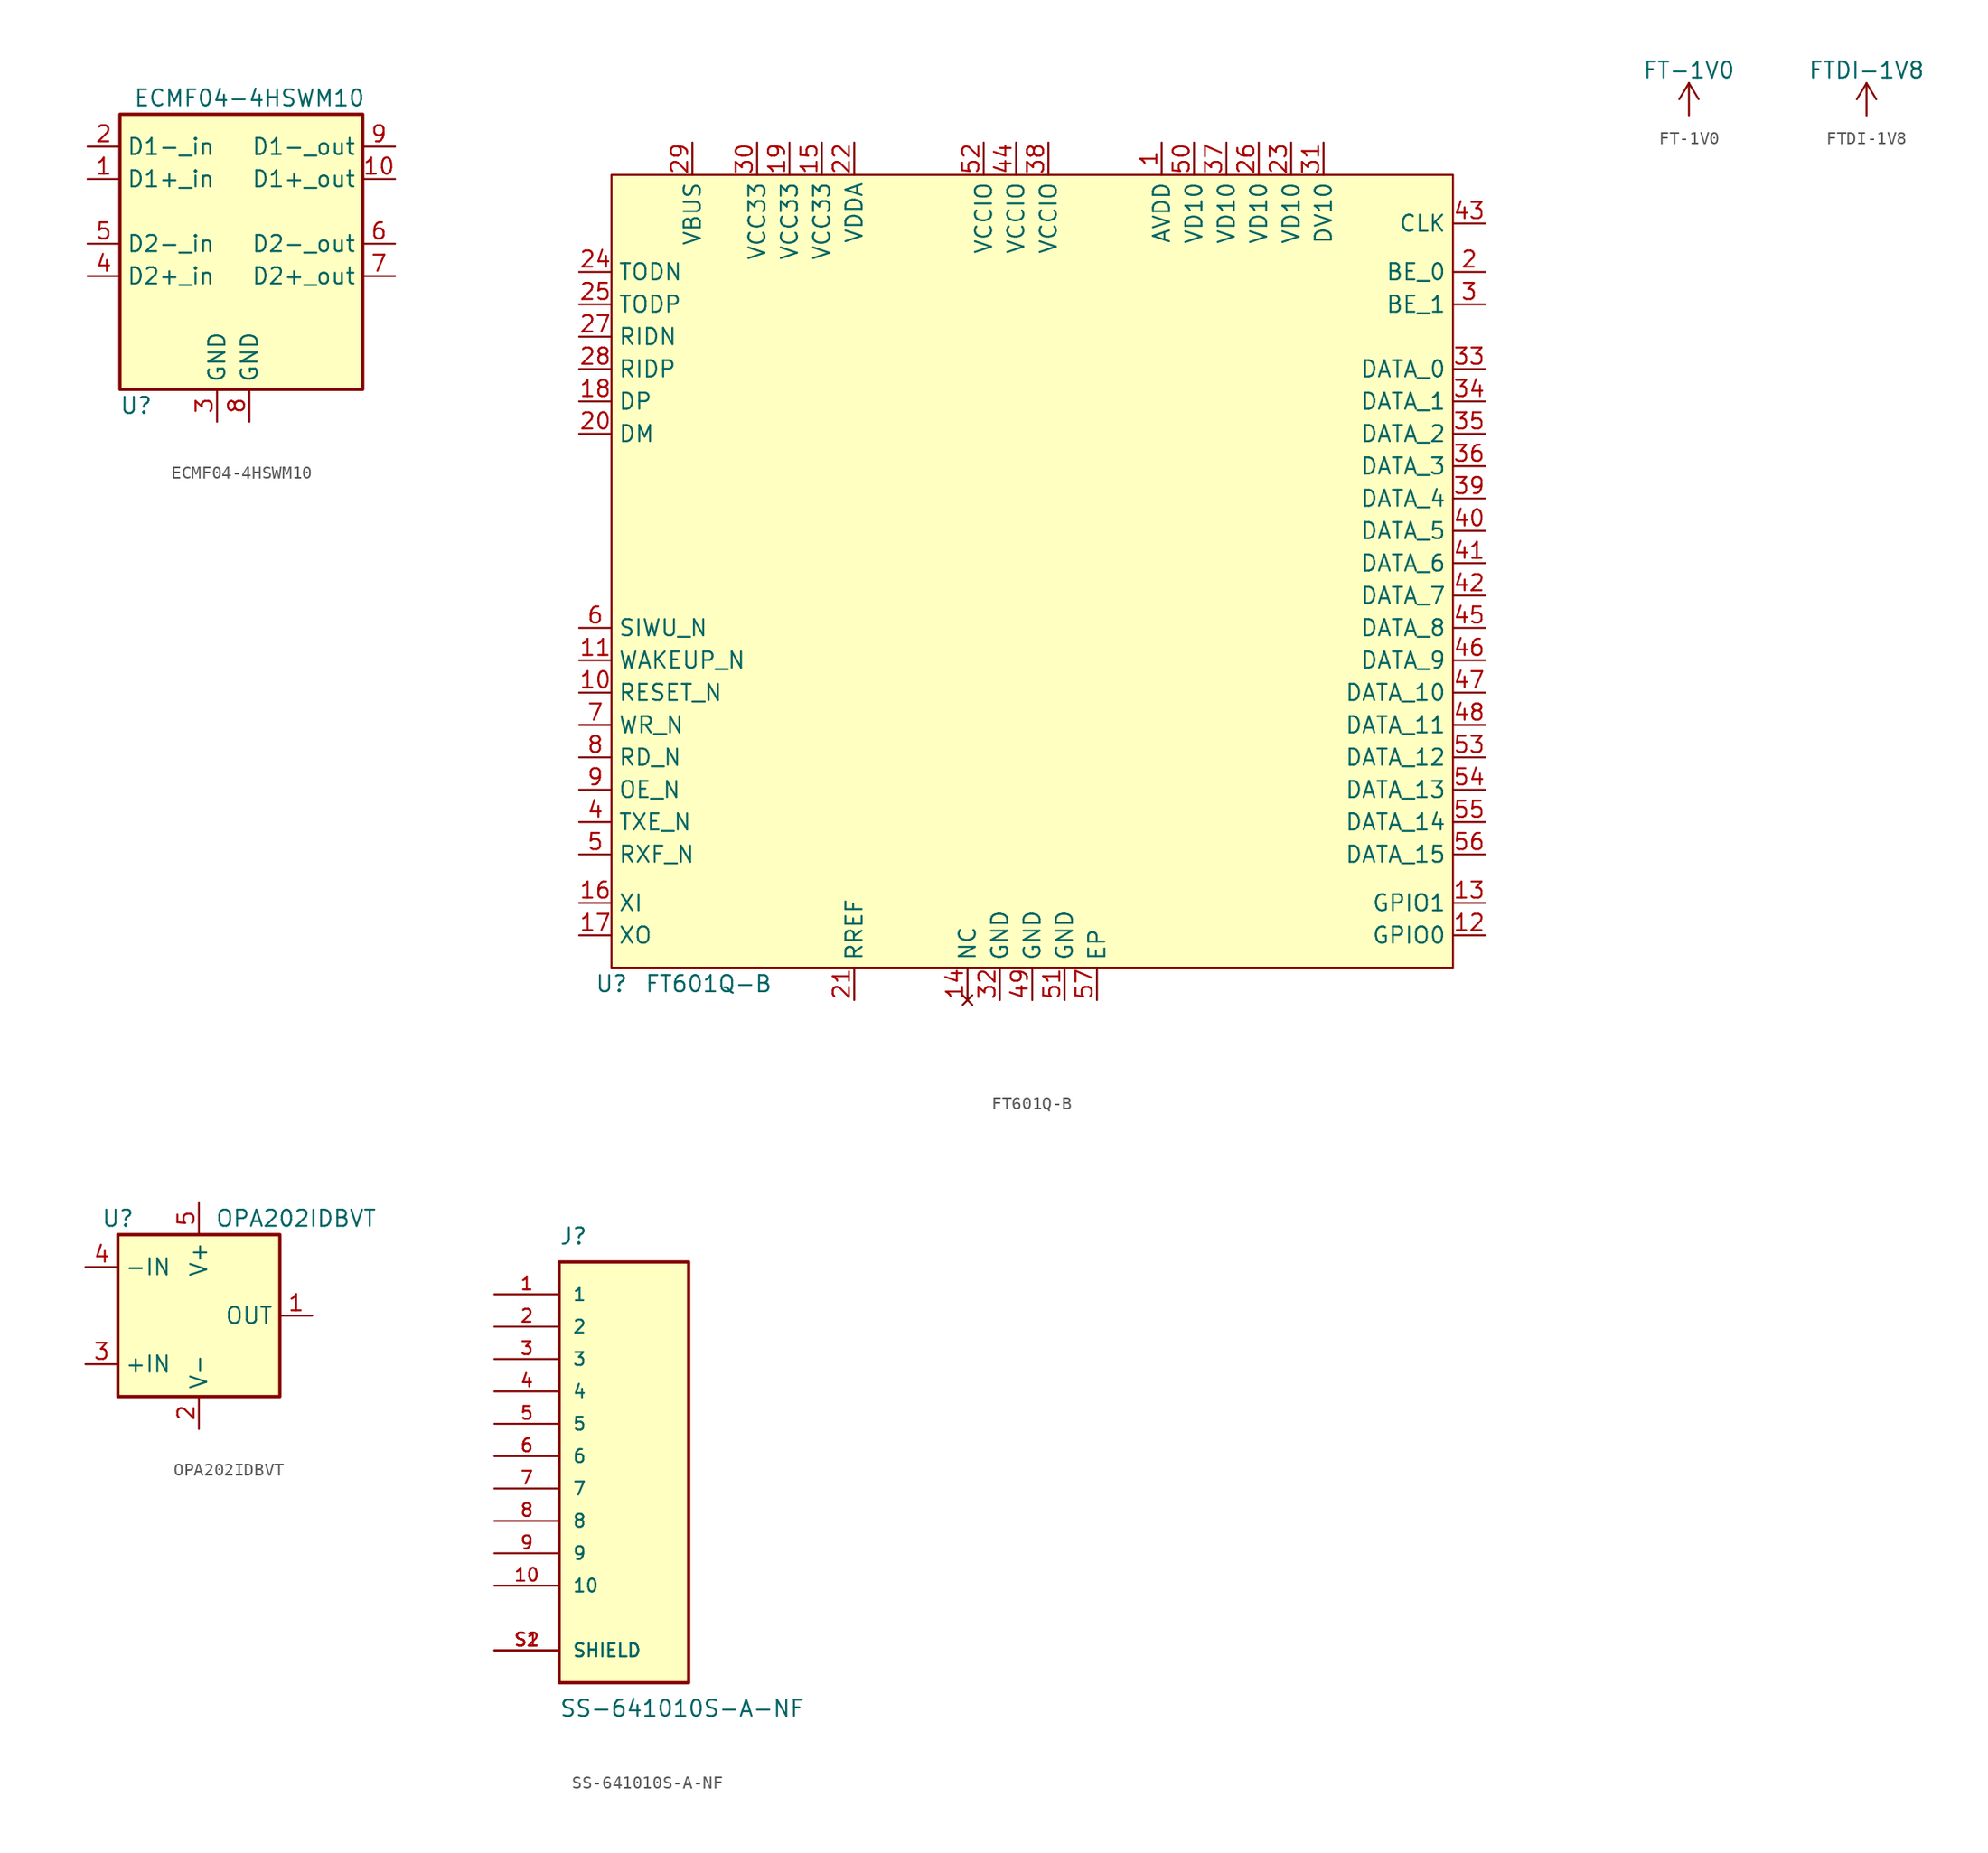
<source format=kicad_sym>
(kicad_symbol_lib
  (version 20231120)
  (generator "kicad_symbol_editor")
  (generator_version "8.0")
  (symbol "ECMF04-4HSWM10"
    (property "Reference" "U"
      (at 1.27 -1.27 0)
      (effects (font (size 1.27 1.27))))
    (property "Value" "ECMF04-4HSWM10"
      (at 10.16 22.86 0)
      (effects (font (size 1.27 1.27))))
    (symbol "ECMF04-4HSWM10_0_1"
      (rectangle (start 0 21.59) (end 19.05 0) (stroke (width 0.254) (type default)) (fill (type background))))
    (symbol "ECMF04-4HSWM10_1_1"
      (pin passive line (at -2.54 16.51 0) (length 2.54) (name "D1+_in" (effects (font (size 1.27 1.27)))) (number "1" (effects (font (size 1.27 1.27)))))
      (pin passive line (at 21.59 16.51 180) (length 2.54) (name "D1+_out" (effects (font (size 1.27 1.27)))) (number "10" (effects (font (size 1.27 1.27)))))
      (pin passive line (at -2.54 19.05 0) (length 2.54) (name "D1-_in" (effects (font (size 1.27 1.27)))) (number "2" (effects (font (size 1.27 1.27)))))
      (pin power_in line (at 7.62 -2.54 90) (length 2.54) (name "GND" (effects (font (size 1.27 1.27)))) (number "3" (effects (font (size 1.27 1.27)))))
      (pin passive line (at -2.54 8.89 0) (length 2.54) (name "D2+_in" (effects (font (size 1.27 1.27)))) (number "4" (effects (font (size 1.27 1.27)))))
      (pin passive line (at -2.54 11.43 0) (length 2.54) (name "D2-_in" (effects (font (size 1.27 1.27)))) (number "5" (effects (font (size 1.27 1.27)))))
      (pin passive line (at 21.59 11.43 180) (length 2.54) (name "D2-_out" (effects (font (size 1.27 1.27)))) (number "6" (effects (font (size 1.27 1.27)))))
      (pin passive line (at 21.59 8.89 180) (length 2.54) (name "D2+_out" (effects (font (size 1.27 1.27)))) (number "7" (effects (font (size 1.27 1.27)))))
      (pin power_in line (at 10.16 -2.54 90) (length 2.54) (name "GND" (effects (font (size 1.27 1.27)))) (number "8" (effects (font (size 1.27 1.27)))))
      (pin passive line (at 21.59 19.05 180) (length 2.54) (name "D1-_out" (effects (font (size 1.27 1.27)))) (number "9" (effects (font (size 1.27 1.27)))))))
  (symbol "FT601Q-B"
    (property "Reference" "U"
      (at 0 -1.27 0)
      (effects (font (size 1.27 1.27))))
    (property "Value" "FT601Q-B"
      (at 7.62 -1.27 0)
      (effects (font (size 1.27 1.27))))
    (symbol "FT601Q-B_0_0"
      (pin power_in line (at 43.18 64.77 270) (length 2.54) (name "AVDD" (effects (font (size 1.27 1.27)))) (number "1" (effects (font (size 1.27 1.27)))))
      (pin input line (at -2.54 21.59 0) (length 2.54) (name "RESET_N" (effects (font (size 1.27 1.27)))) (number "10" (effects (font (size 1.27 1.27)))))
      (pin bidirectional line (at -2.54 24.13 0) (length 2.54) (name "WAKEUP_N" (effects (font (size 1.27 1.27)))) (number "11" (effects (font (size 1.27 1.27)))))
      (pin bidirectional line (at 68.58 2.54 180) (length 2.54) (name "GPIO0" (effects (font (size 1.27 1.27)))) (number "12" (effects (font (size 1.27 1.27)))))
      (pin bidirectional line (at 68.58 5.08 180) (length 2.54) (name "GPIO1" (effects (font (size 1.27 1.27)))) (number "13" (effects (font (size 1.27 1.27)))))
      (pin no_connect line (at 27.94 -2.54 90) (length 2.54) (name "NC" (effects (font (size 1.27 1.27)))) (number "14" (effects (font (size 1.27 1.27)))))
      (pin power_in line (at 16.51 64.77 270) (length 2.54) (name "VCC33" (effects (font (size 1.27 1.27)))) (number "15" (effects (font (size 1.27 1.27)))))
      (pin input line (at -2.54 5.08 0) (length 2.54) (name "XI" (effects (font (size 1.27 1.27)))) (number "16" (effects (font (size 1.27 1.27)))))
      (pin output line (at -2.54 2.54 0) (length 2.54) (name "XO" (effects (font (size 1.27 1.27)))) (number "17" (effects (font (size 1.27 1.27)))))
      (pin bidirectional line (at -2.54 44.45 0) (length 2.54) (name "DP" (effects (font (size 1.27 1.27)))) (number "18" (effects (font (size 1.27 1.27)))))
      (pin power_in line (at 13.97 64.77 270) (length 2.54) (name "VCC33" (effects (font (size 1.27 1.27)))) (number "19" (effects (font (size 1.27 1.27)))))
      (pin input line (at 68.58 54.61 180) (length 2.54) (name "BE_0" (effects (font (size 1.27 1.27)))) (number "2" (effects (font (size 1.27 1.27)))))
      (pin bidirectional line (at -2.54 41.91 0) (length 2.54) (name "DM" (effects (font (size 1.27 1.27)))) (number "20" (effects (font (size 1.27 1.27)))))
      (pin passive line (at 19.05 -2.54 90) (length 2.54) (name "RREF" (effects (font (size 1.27 1.27)))) (number "21" (effects (font (size 1.27 1.27)))))
      (pin power_in line (at 19.05 64.77 270) (length 2.54) (name "VDDA" (effects (font (size 1.27 1.27)))) (number "22" (effects (font (size 1.27 1.27)))))
      (pin power_in line (at 53.34 64.77 270) (length 2.54) (name "VD10" (effects (font (size 1.27 1.27)))) (number "23" (effects (font (size 1.27 1.27)))))
      (pin output line (at -2.54 54.61 0) (length 2.54) (name "TODN" (effects (font (size 1.27 1.27)))) (number "24" (effects (font (size 1.27 1.27)))))
      (pin output line (at -2.54 52.07 0) (length 2.54) (name "TODP" (effects (font (size 1.27 1.27)))) (number "25" (effects (font (size 1.27 1.27)))))
      (pin power_in line (at 50.8 64.77 270) (length 2.54) (name "VD10" (effects (font (size 1.27 1.27)))) (number "26" (effects (font (size 1.27 1.27)))))
      (pin input line (at -2.54 49.53 0) (length 2.54) (name "RIDN" (effects (font (size 1.27 1.27)))) (number "27" (effects (font (size 1.27 1.27)))))
      (pin input line (at -2.54 46.99 0) (length 2.54) (name "RIDP" (effects (font (size 1.27 1.27)))) (number "28" (effects (font (size 1.27 1.27)))))
      (pin power_in line (at 6.35 64.77 270) (length 2.54) (name "VBUS" (effects (font (size 1.27 1.27)))) (number "29" (effects (font (size 1.27 1.27)))))
      (pin input line (at 68.58 52.07 180) (length 2.54) (name "BE_1" (effects (font (size 1.27 1.27)))) (number "3" (effects (font (size 1.27 1.27)))))
      (pin power_in line (at 11.43 64.77 270) (length 2.54) (name "VCC33" (effects (font (size 1.27 1.27)))) (number "30" (effects (font (size 1.27 1.27)))))
      (pin power_in line (at 55.88 64.77 270) (length 2.54) (name "DV10" (effects (font (size 1.27 1.27)))) (number "31" (effects (font (size 1.27 1.27)))))
      (pin power_in line (at 30.48 -2.54 90) (length 2.54) (name "GND" (effects (font (size 1.27 1.27)))) (number "32" (effects (font (size 1.27 1.27)))))
      (pin bidirectional line (at 68.58 46.99 180) (length 2.54) (name "DATA_0" (effects (font (size 1.27 1.27)))) (number "33" (effects (font (size 1.27 1.27)))))
      (pin bidirectional line (at 68.58 44.45 180) (length 2.54) (name "DATA_1" (effects (font (size 1.27 1.27)))) (number "34" (effects (font (size 1.27 1.27)))))
      (pin bidirectional line (at 68.58 41.91 180) (length 2.54) (name "DATA_2" (effects (font (size 1.27 1.27)))) (number "35" (effects (font (size 1.27 1.27)))))
      (pin bidirectional line (at 68.58 39.37 180) (length 2.54) (name "DATA_3" (effects (font (size 1.27 1.27)))) (number "36" (effects (font (size 1.27 1.27)))))
      (pin power_in line (at 48.26 64.77 270) (length 2.54) (name "VD10" (effects (font (size 1.27 1.27)))) (number "37" (effects (font (size 1.27 1.27)))))
      (pin power_in line (at 34.29 64.77 270) (length 2.54) (name "VCCIO" (effects (font (size 1.27 1.27)))) (number "38" (effects (font (size 1.27 1.27)))))
      (pin bidirectional line (at 68.58 36.83 180) (length 2.54) (name "DATA_4" (effects (font (size 1.27 1.27)))) (number "39" (effects (font (size 1.27 1.27)))))
      (pin output line (at -2.54 11.43 0) (length 2.54) (name "TXE_N" (effects (font (size 1.27 1.27)))) (number "4" (effects (font (size 1.27 1.27)))))
      (pin bidirectional line (at 68.58 34.29 180) (length 2.54) (name "DATA_5" (effects (font (size 1.27 1.27)))) (number "40" (effects (font (size 1.27 1.27)))))
      (pin bidirectional line (at 68.58 31.75 180) (length 2.54) (name "DATA_6" (effects (font (size 1.27 1.27)))) (number "41" (effects (font (size 1.27 1.27)))))
      (pin bidirectional line (at 68.58 29.21 180) (length 2.54) (name "DATA_7" (effects (font (size 1.27 1.27)))) (number "42" (effects (font (size 1.27 1.27)))))
      (pin input line (at 68.58 58.42 180) (length 2.54) (name "CLK" (effects (font (size 1.27 1.27)))) (number "43" (effects (font (size 1.27 1.27)))))
      (pin power_in line (at 31.75 64.77 270) (length 2.54) (name "VCCIO" (effects (font (size 1.27 1.27)))) (number "44" (effects (font (size 1.27 1.27)))))
      (pin bidirectional line (at 68.58 26.67 180) (length 2.54) (name "DATA_8" (effects (font (size 1.27 1.27)))) (number "45" (effects (font (size 1.27 1.27)))))
      (pin bidirectional line (at 68.58 24.13 180) (length 2.54) (name "DATA_9" (effects (font (size 1.27 1.27)))) (number "46" (effects (font (size 1.27 1.27)))))
      (pin bidirectional line (at 68.58 21.59 180) (length 2.54) (name "DATA_10" (effects (font (size 1.27 1.27)))) (number "47" (effects (font (size 1.27 1.27)))))
      (pin bidirectional line (at 68.58 19.05 180) (length 2.54) (name "DATA_11" (effects (font (size 1.27 1.27)))) (number "48" (effects (font (size 1.27 1.27)))))
      (pin power_in line (at 33.02 -2.54 90) (length 2.54) (name "GND" (effects (font (size 1.27 1.27)))) (number "49" (effects (font (size 1.27 1.27)))))
      (pin output line (at -2.54 8.89 0) (length 2.54) (name "RXF_N" (effects (font (size 1.27 1.27)))) (number "5" (effects (font (size 1.27 1.27)))))
      (pin power_in line (at 45.72 64.77 270) (length 2.54) (name "VD10" (effects (font (size 1.27 1.27)))) (number "50" (effects (font (size 1.27 1.27)))))
      (pin power_in line (at 35.56 -2.54 90) (length 2.54) (name "GND" (effects (font (size 1.27 1.27)))) (number "51" (effects (font (size 1.27 1.27)))))
      (pin power_in line (at 29.21 64.77 270) (length 2.54) (name "VCCIO" (effects (font (size 1.27 1.27)))) (number "52" (effects (font (size 1.27 1.27)))))
      (pin bidirectional line (at 68.58 16.51 180) (length 2.54) (name "DATA_12" (effects (font (size 1.27 1.27)))) (number "53" (effects (font (size 1.27 1.27)))))
      (pin bidirectional line (at 68.58 13.97 180) (length 2.54) (name "DATA_13" (effects (font (size 1.27 1.27)))) (number "54" (effects (font (size 1.27 1.27)))))
      (pin bidirectional line (at 68.58 11.43 180) (length 2.54) (name "DATA_14" (effects (font (size 1.27 1.27)))) (number "55" (effects (font (size 1.27 1.27)))))
      (pin bidirectional line (at 68.58 8.89 180) (length 2.54) (name "DATA_15" (effects (font (size 1.27 1.27)))) (number "56" (effects (font (size 1.27 1.27)))))
      (pin power_in line (at 38.1 -2.54 90) (length 2.54) (name "EP" (effects (font (size 1.27 1.27)))) (number "57" (effects (font (size 1.27 1.27)))))
      (pin passive line (at -2.54 26.67 0) (length 2.54) (name "SIWU_N" (effects (font (size 1.27 1.27)))) (number "6" (effects (font (size 1.27 1.27)))))
      (pin input line (at -2.54 19.05 0) (length 2.54) (name "WR_N" (effects (font (size 1.27 1.27)))) (number "7" (effects (font (size 1.27 1.27)))))
      (pin input line (at -2.54 16.51 0) (length 2.54) (name "RD_N" (effects (font (size 1.27 1.27)))) (number "8" (effects (font (size 1.27 1.27)))))
      (pin input line (at -2.54 13.97 0) (length 2.54) (name "OE_N" (effects (font (size 1.27 1.27)))) (number "9" (effects (font (size 1.27 1.27))))))
    (symbol "FT601Q-B_1_1"
      (rectangle (start 0 62.23) (end 66.04 0) (stroke (width 0) (type default)) (fill (type background)))))
  (symbol "FT-1V0"
    (power)
    (pin_names
      (offset 0))
    (property "Reference" "#PWR"
      (at 0 -3.81 0)
      (effects (font (size 1.27 1.27)) (hide yes)))
    (property "Value" "FT-1V0"
      (at 0 3.556 0)
      (effects (font (size 1.27 1.27))))
    (symbol "FT-1V0_0_1"
      (polyline (pts (xy -0.762 1.27) (xy 0 2.54)) (stroke (width 0) (type default)) (fill (type none)))
      (polyline (pts (xy 0 0) (xy 0 2.54)) (stroke (width 0) (type default)) (fill (type none)))
      (polyline (pts (xy 0 2.54) (xy 0.762 1.27)) (stroke (width 0) (type default)) (fill (type none))))
    (symbol "FT-1V0_1_1"
      (pin power_in line (at 0 0 90) (length 0) hide (name "FT-1V0" (effects (font (size 1.27 1.27)))) (number "1" (effects (font (size 1.27 1.27)))))))
  (symbol "FTDI-1V8"
    (power)
    (pin_names
      (offset 0))
    (property "Reference" "#PWR"
      (at 0 -3.81 0)
      (effects (font (size 1.27 1.27)) (hide yes)))
    (property "Value" "FTDI-1V8"
      (at 0 3.556 0)
      (effects (font (size 1.27 1.27))))
    (symbol "FTDI-1V8_0_1"
      (polyline (pts (xy -0.762 1.27) (xy 0 2.54)) (stroke (width 0) (type default)) (fill (type none)))
      (polyline (pts (xy 0 0) (xy 0 2.54)) (stroke (width 0) (type default)) (fill (type none)))
      (polyline (pts (xy 0 2.54) (xy 0.762 1.27)) (stroke (width 0) (type default)) (fill (type none))))
    (symbol "FTDI-1V8_1_1"
      (pin power_in line (at 0 0 90) (length 0) hide (name "FTDI-1V8" (effects (font (size 1.27 1.27)))) (number "1" (effects (font (size 1.27 1.27)))))))
  (symbol "OPA202IDBVT"
    (property "Reference" "U"
      (at 0 13.97 0)
      (effects (font (size 1.27 1.27))))
    (property "Value" "OPA202IDBVT"
      (at 13.97 13.97 0)
      (effects (font (size 1.27 1.27))))
    (symbol "OPA202IDBVT_0_0"
      (pin power_in line (at 6.35 -2.54 90) (length 2.54) (name "V-" (effects (font (size 1.27 1.27)))) (number "2" (effects (font (size 1.27 1.27)))))
      (pin input line (at -2.54 2.54 0) (length 2.54) (name "+IN" (effects (font (size 1.27 1.27)))) (number "3" (effects (font (size 1.27 1.27)))))
      (pin input line (at -2.54 10.16 0) (length 2.54) (name "-IN" (effects (font (size 1.27 1.27)))) (number "4" (effects (font (size 1.27 1.27)))))
      (pin power_in line (at 6.35 15.24 270) (length 2.54) (name "V+" (effects (font (size 1.27 1.27)))) (number "5" (effects (font (size 1.27 1.27))))))
    (symbol "OPA202IDBVT_1_0"
      (pin output line (at 15.24 6.35 180) (length 2.54) (name "OUT" (effects (font (size 1.27 1.27)))) (number "1" (effects (font (size 1.27 1.27))))))
    (symbol "OPA202IDBVT_1_1"
      (rectangle (start 0 12.7) (end 12.7 0) (stroke (width 0.254) (type default)) (fill (type background)))))
  (symbol "SS-641010S-A-NF"
    (pin_names
      (offset 1.016))
    (property "Reference" "J"
      (at -5.08 16.51 0)
      (effects (font (size 1.27 1.27)) (justify left bottom)))
    (property "Value" "SS-641010S-A-NF"
      (at -5.08 -19.05 0)
      (effects (font (size 1.27 1.27)) (justify left top)))
    (symbol "SS-641010S-A-NF_0_0"
      (rectangle (start -5.08 15.24) (end 5.08 -17.78) (stroke (width 0.254) (type default)) (fill (type background)))
      (pin passive line (at -10.16 12.7 0) (length 5.08) (name "1" (effects (font (size 1.016 1.016)))) (number "1" (effects (font (size 1.016 1.016)))))
      (pin passive line (at -10.16 -10.16 0) (length 5.08) (name "10" (effects (font (size 1.016 1.016)))) (number "10" (effects (font (size 1.016 1.016)))))
      (pin passive line (at -10.16 10.16 0) (length 5.08) (name "2" (effects (font (size 1.016 1.016)))) (number "2" (effects (font (size 1.016 1.016)))))
      (pin passive line (at -10.16 7.62 0) (length 5.08) (name "3" (effects (font (size 1.016 1.016)))) (number "3" (effects (font (size 1.016 1.016)))))
      (pin passive line (at -10.16 5.08 0) (length 5.08) (name "4" (effects (font (size 1.016 1.016)))) (number "4" (effects (font (size 1.016 1.016)))))
      (pin passive line (at -10.16 2.54 0) (length 5.08) (name "5" (effects (font (size 1.016 1.016)))) (number "5" (effects (font (size 1.016 1.016)))))
      (pin passive line (at -10.16 0 0) (length 5.08) (name "6" (effects (font (size 1.016 1.016)))) (number "6" (effects (font (size 1.016 1.016)))))
      (pin passive line (at -10.16 -2.54 0) (length 5.08) (name "7" (effects (font (size 1.016 1.016)))) (number "7" (effects (font (size 1.016 1.016)))))
      (pin passive line (at -10.16 -5.08 0) (length 5.08) (name "8" (effects (font (size 1.016 1.016)))) (number "8" (effects (font (size 1.016 1.016)))))
      (pin passive line (at -10.16 -7.62 0) (length 5.08) (name "9" (effects (font (size 1.016 1.016)))) (number "9" (effects (font (size 1.016 1.016)))))
      (pin passive line (at -10.16 -15.24 0) (length 5.08) (name "SHIELD" (effects (font (size 1.016 1.016)))) (number "S1" (effects (font (size 1.016 1.016)))))
      (pin passive line (at -10.16 -15.24 0) (length 5.08) (name "SHIELD" (effects (font (size 1.016 1.016)))) (number "S2" (effects (font (size 1.016 1.016))))))))
</source>
